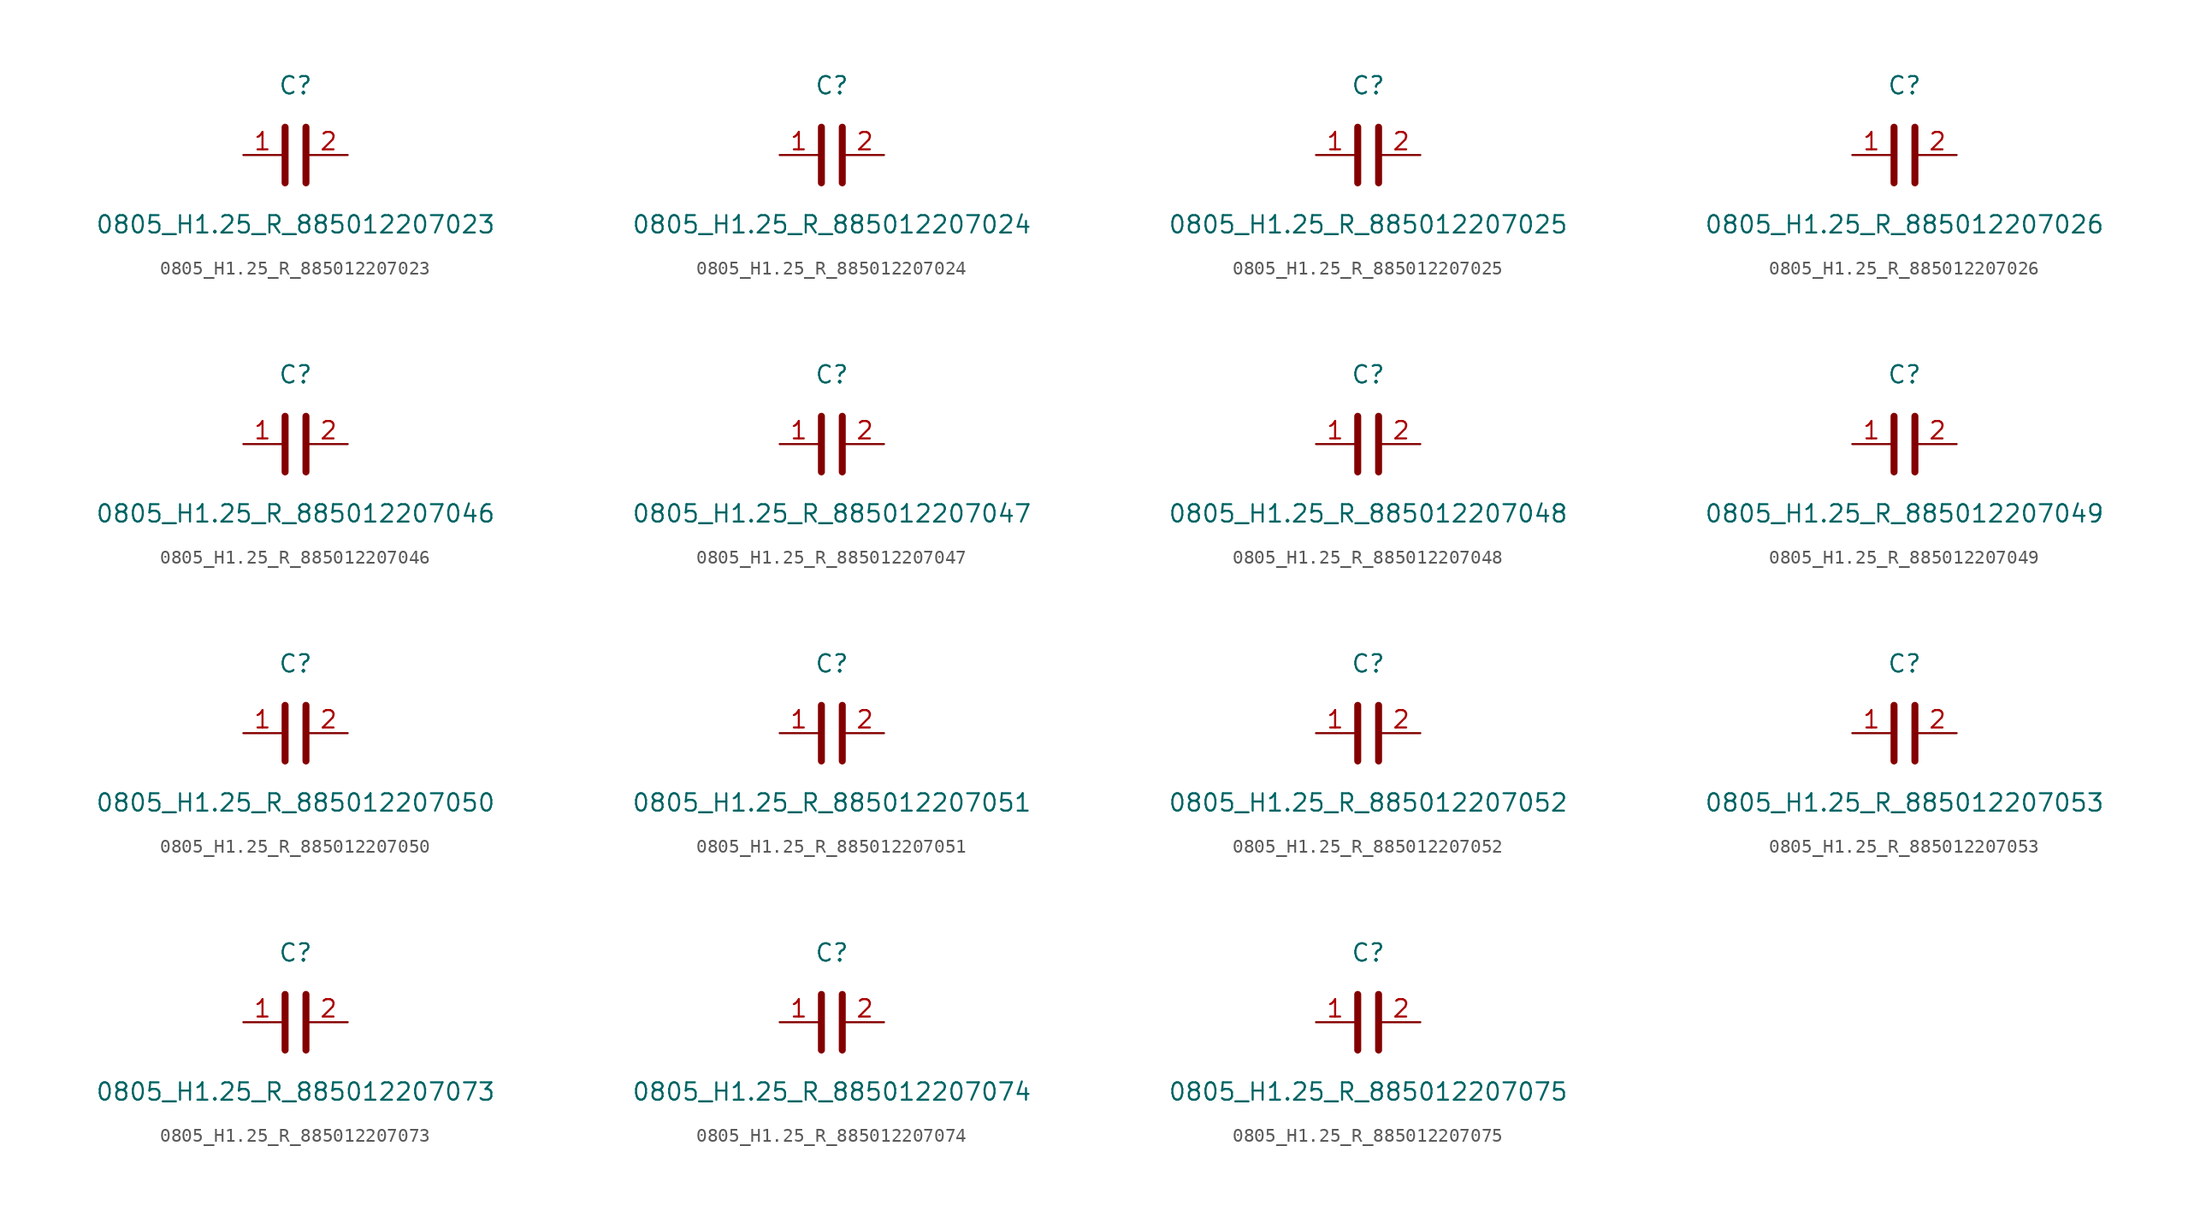
<source format=kicad_sym>
(kicad_symbol_lib
  (version 20220914)
  (generator kicad_symbol_editor)
  (symbol "0805_H1.25_R_885012207023"
    (pin_names hide)
    (property "Reference" "C"
      (at 0 5.08 0)
      (effects (font (size 1.27 1.27))))
    (property "Value" "0805_H1.25_R_885012207023"
      (at 0 -5.08 0)
      (effects (font (size 1.27 1.27))))
    (symbol "0805_H1.25_R_885012207023_0_1"
      (polyline (pts (xy -0.762 -2.032) (xy -0.762 2.032)) (stroke (width 0.508) (type default)) (fill (type none)))
      (polyline (pts (xy 0.762 -2.032) (xy 0.762 2.032)) (stroke (width 0.508) (type default)) (fill (type none))))
    (symbol "0805_H1.25_R_885012207023_1_1"
      (pin passive line (at -3.81 0 0) (length 2.794) (name "1" (effects (font (size 1.27 1.27)))) (number "1" (effects (font (size 1.27 1.27)))))
      (pin passive line (at 3.81 0 180) (length 2.794) (name "2" (effects (font (size 1.27 1.27)))) (number "2" (effects (font (size 1.27 1.27)))))))
  (symbol "0805_H1.25_R_885012207024"
    (pin_names hide)
    (property "Reference" "C"
      (at 0 5.08 0)
      (effects (font (size 1.27 1.27))))
    (property "Value" "0805_H1.25_R_885012207024"
      (at 0 -5.08 0)
      (effects (font (size 1.27 1.27))))
    (symbol "0805_H1.25_R_885012207024_0_1"
      (polyline (pts (xy -0.762 -2.032) (xy -0.762 2.032)) (stroke (width 0.508) (type default)) (fill (type none)))
      (polyline (pts (xy 0.762 -2.032) (xy 0.762 2.032)) (stroke (width 0.508) (type default)) (fill (type none))))
    (symbol "0805_H1.25_R_885012207024_1_1"
      (pin passive line (at -3.81 0 0) (length 2.794) (name "1" (effects (font (size 1.27 1.27)))) (number "1" (effects (font (size 1.27 1.27)))))
      (pin passive line (at 3.81 0 180) (length 2.794) (name "2" (effects (font (size 1.27 1.27)))) (number "2" (effects (font (size 1.27 1.27)))))))
  (symbol "0805_H1.25_R_885012207025"
    (pin_names hide)
    (property "Reference" "C"
      (at 0 5.08 0)
      (effects (font (size 1.27 1.27))))
    (property "Value" "0805_H1.25_R_885012207025"
      (at 0 -5.08 0)
      (effects (font (size 1.27 1.27))))
    (symbol "0805_H1.25_R_885012207025_0_1"
      (polyline (pts (xy -0.762 -2.032) (xy -0.762 2.032)) (stroke (width 0.508) (type default)) (fill (type none)))
      (polyline (pts (xy 0.762 -2.032) (xy 0.762 2.032)) (stroke (width 0.508) (type default)) (fill (type none))))
    (symbol "0805_H1.25_R_885012207025_1_1"
      (pin passive line (at -3.81 0 0) (length 2.794) (name "1" (effects (font (size 1.27 1.27)))) (number "1" (effects (font (size 1.27 1.27)))))
      (pin passive line (at 3.81 0 180) (length 2.794) (name "2" (effects (font (size 1.27 1.27)))) (number "2" (effects (font (size 1.27 1.27)))))))
  (symbol "0805_H1.25_R_885012207026"
    (pin_names hide)
    (property "Reference" "C"
      (at 0 5.08 0)
      (effects (font (size 1.27 1.27))))
    (property "Value" "0805_H1.25_R_885012207026"
      (at 0 -5.08 0)
      (effects (font (size 1.27 1.27))))
    (symbol "0805_H1.25_R_885012207026_0_1"
      (polyline (pts (xy -0.762 -2.032) (xy -0.762 2.032)) (stroke (width 0.508) (type default)) (fill (type none)))
      (polyline (pts (xy 0.762 -2.032) (xy 0.762 2.032)) (stroke (width 0.508) (type default)) (fill (type none))))
    (symbol "0805_H1.25_R_885012207026_1_1"
      (pin passive line (at -3.81 0 0) (length 2.794) (name "1" (effects (font (size 1.27 1.27)))) (number "1" (effects (font (size 1.27 1.27)))))
      (pin passive line (at 3.81 0 180) (length 2.794) (name "2" (effects (font (size 1.27 1.27)))) (number "2" (effects (font (size 1.27 1.27)))))))
  (symbol "0805_H1.25_R_885012207046"
    (pin_names hide)
    (property "Reference" "C"
      (at 0 5.08 0)
      (effects (font (size 1.27 1.27))))
    (property "Value" "0805_H1.25_R_885012207046"
      (at 0 -5.08 0)
      (effects (font (size 1.27 1.27))))
    (symbol "0805_H1.25_R_885012207046_0_1"
      (polyline (pts (xy -0.762 -2.032) (xy -0.762 2.032)) (stroke (width 0.508) (type default)) (fill (type none)))
      (polyline (pts (xy 0.762 -2.032) (xy 0.762 2.032)) (stroke (width 0.508) (type default)) (fill (type none))))
    (symbol "0805_H1.25_R_885012207046_1_1"
      (pin passive line (at -3.81 0 0) (length 2.794) (name "1" (effects (font (size 1.27 1.27)))) (number "1" (effects (font (size 1.27 1.27)))))
      (pin passive line (at 3.81 0 180) (length 2.794) (name "2" (effects (font (size 1.27 1.27)))) (number "2" (effects (font (size 1.27 1.27)))))))
  (symbol "0805_H1.25_R_885012207047"
    (pin_names hide)
    (property "Reference" "C"
      (at 0 5.08 0)
      (effects (font (size 1.27 1.27))))
    (property "Value" "0805_H1.25_R_885012207047"
      (at 0 -5.08 0)
      (effects (font (size 1.27 1.27))))
    (symbol "0805_H1.25_R_885012207047_0_1"
      (polyline (pts (xy -0.762 -2.032) (xy -0.762 2.032)) (stroke (width 0.508) (type default)) (fill (type none)))
      (polyline (pts (xy 0.762 -2.032) (xy 0.762 2.032)) (stroke (width 0.508) (type default)) (fill (type none))))
    (symbol "0805_H1.25_R_885012207047_1_1"
      (pin passive line (at -3.81 0 0) (length 2.794) (name "1" (effects (font (size 1.27 1.27)))) (number "1" (effects (font (size 1.27 1.27)))))
      (pin passive line (at 3.81 0 180) (length 2.794) (name "2" (effects (font (size 1.27 1.27)))) (number "2" (effects (font (size 1.27 1.27)))))))
  (symbol "0805_H1.25_R_885012207048"
    (pin_names hide)
    (property "Reference" "C"
      (at 0 5.08 0)
      (effects (font (size 1.27 1.27))))
    (property "Value" "0805_H1.25_R_885012207048"
      (at 0 -5.08 0)
      (effects (font (size 1.27 1.27))))
    (symbol "0805_H1.25_R_885012207048_0_1"
      (polyline (pts (xy -0.762 -2.032) (xy -0.762 2.032)) (stroke (width 0.508) (type default)) (fill (type none)))
      (polyline (pts (xy 0.762 -2.032) (xy 0.762 2.032)) (stroke (width 0.508) (type default)) (fill (type none))))
    (symbol "0805_H1.25_R_885012207048_1_1"
      (pin passive line (at -3.81 0 0) (length 2.794) (name "1" (effects (font (size 1.27 1.27)))) (number "1" (effects (font (size 1.27 1.27)))))
      (pin passive line (at 3.81 0 180) (length 2.794) (name "2" (effects (font (size 1.27 1.27)))) (number "2" (effects (font (size 1.27 1.27)))))))
  (symbol "0805_H1.25_R_885012207049"
    (pin_names hide)
    (property "Reference" "C"
      (at 0 5.08 0)
      (effects (font (size 1.27 1.27))))
    (property "Value" "0805_H1.25_R_885012207049"
      (at 0 -5.08 0)
      (effects (font (size 1.27 1.27))))
    (symbol "0805_H1.25_R_885012207049_0_1"
      (polyline (pts (xy -0.762 -2.032) (xy -0.762 2.032)) (stroke (width 0.508) (type default)) (fill (type none)))
      (polyline (pts (xy 0.762 -2.032) (xy 0.762 2.032)) (stroke (width 0.508) (type default)) (fill (type none))))
    (symbol "0805_H1.25_R_885012207049_1_1"
      (pin passive line (at -3.81 0 0) (length 2.794) (name "1" (effects (font (size 1.27 1.27)))) (number "1" (effects (font (size 1.27 1.27)))))
      (pin passive line (at 3.81 0 180) (length 2.794) (name "2" (effects (font (size 1.27 1.27)))) (number "2" (effects (font (size 1.27 1.27)))))))
  (symbol "0805_H1.25_R_885012207050"
    (pin_names hide)
    (property "Reference" "C"
      (at 0 5.08 0)
      (effects (font (size 1.27 1.27))))
    (property "Value" "0805_H1.25_R_885012207050"
      (at 0 -5.08 0)
      (effects (font (size 1.27 1.27))))
    (symbol "0805_H1.25_R_885012207050_0_1"
      (polyline (pts (xy -0.762 -2.032) (xy -0.762 2.032)) (stroke (width 0.508) (type default)) (fill (type none)))
      (polyline (pts (xy 0.762 -2.032) (xy 0.762 2.032)) (stroke (width 0.508) (type default)) (fill (type none))))
    (symbol "0805_H1.25_R_885012207050_1_1"
      (pin passive line (at -3.81 0 0) (length 2.794) (name "1" (effects (font (size 1.27 1.27)))) (number "1" (effects (font (size 1.27 1.27)))))
      (pin passive line (at 3.81 0 180) (length 2.794) (name "2" (effects (font (size 1.27 1.27)))) (number "2" (effects (font (size 1.27 1.27)))))))
  (symbol "0805_H1.25_R_885012207051"
    (pin_names hide)
    (property "Reference" "C"
      (at 0 5.08 0)
      (effects (font (size 1.27 1.27))))
    (property "Value" "0805_H1.25_R_885012207051"
      (at 0 -5.08 0)
      (effects (font (size 1.27 1.27))))
    (symbol "0805_H1.25_R_885012207051_0_1"
      (polyline (pts (xy -0.762 -2.032) (xy -0.762 2.032)) (stroke (width 0.508) (type default)) (fill (type none)))
      (polyline (pts (xy 0.762 -2.032) (xy 0.762 2.032)) (stroke (width 0.508) (type default)) (fill (type none))))
    (symbol "0805_H1.25_R_885012207051_1_1"
      (pin passive line (at -3.81 0 0) (length 2.794) (name "1" (effects (font (size 1.27 1.27)))) (number "1" (effects (font (size 1.27 1.27)))))
      (pin passive line (at 3.81 0 180) (length 2.794) (name "2" (effects (font (size 1.27 1.27)))) (number "2" (effects (font (size 1.27 1.27)))))))
  (symbol "0805_H1.25_R_885012207052"
    (pin_names hide)
    (property "Reference" "C"
      (at 0 5.08 0)
      (effects (font (size 1.27 1.27))))
    (property "Value" "0805_H1.25_R_885012207052"
      (at 0 -5.08 0)
      (effects (font (size 1.27 1.27))))
    (symbol "0805_H1.25_R_885012207052_0_1"
      (polyline (pts (xy -0.762 -2.032) (xy -0.762 2.032)) (stroke (width 0.508) (type default)) (fill (type none)))
      (polyline (pts (xy 0.762 -2.032) (xy 0.762 2.032)) (stroke (width 0.508) (type default)) (fill (type none))))
    (symbol "0805_H1.25_R_885012207052_1_1"
      (pin passive line (at -3.81 0 0) (length 2.794) (name "1" (effects (font (size 1.27 1.27)))) (number "1" (effects (font (size 1.27 1.27)))))
      (pin passive line (at 3.81 0 180) (length 2.794) (name "2" (effects (font (size 1.27 1.27)))) (number "2" (effects (font (size 1.27 1.27)))))))
  (symbol "0805_H1.25_R_885012207053"
    (pin_names hide)
    (property "Reference" "C"
      (at 0 5.08 0)
      (effects (font (size 1.27 1.27))))
    (property "Value" "0805_H1.25_R_885012207053"
      (at 0 -5.08 0)
      (effects (font (size 1.27 1.27))))
    (symbol "0805_H1.25_R_885012207053_0_1"
      (polyline (pts (xy -0.762 -2.032) (xy -0.762 2.032)) (stroke (width 0.508) (type default)) (fill (type none)))
      (polyline (pts (xy 0.762 -2.032) (xy 0.762 2.032)) (stroke (width 0.508) (type default)) (fill (type none))))
    (symbol "0805_H1.25_R_885012207053_1_1"
      (pin passive line (at -3.81 0 0) (length 2.794) (name "1" (effects (font (size 1.27 1.27)))) (number "1" (effects (font (size 1.27 1.27)))))
      (pin passive line (at 3.81 0 180) (length 2.794) (name "2" (effects (font (size 1.27 1.27)))) (number "2" (effects (font (size 1.27 1.27)))))))
  (symbol "0805_H1.25_R_885012207073"
    (pin_names hide)
    (property "Reference" "C"
      (at 0 5.08 0)
      (effects (font (size 1.27 1.27))))
    (property "Value" "0805_H1.25_R_885012207073"
      (at 0 -5.08 0)
      (effects (font (size 1.27 1.27))))
    (symbol "0805_H1.25_R_885012207073_0_1"
      (polyline (pts (xy -0.762 -2.032) (xy -0.762 2.032)) (stroke (width 0.508) (type default)) (fill (type none)))
      (polyline (pts (xy 0.762 -2.032) (xy 0.762 2.032)) (stroke (width 0.508) (type default)) (fill (type none))))
    (symbol "0805_H1.25_R_885012207073_1_1"
      (pin passive line (at -3.81 0 0) (length 2.794) (name "1" (effects (font (size 1.27 1.27)))) (number "1" (effects (font (size 1.27 1.27)))))
      (pin passive line (at 3.81 0 180) (length 2.794) (name "2" (effects (font (size 1.27 1.27)))) (number "2" (effects (font (size 1.27 1.27)))))))
  (symbol "0805_H1.25_R_885012207074"
    (pin_names hide)
    (property "Reference" "C"
      (at 0 5.08 0)
      (effects (font (size 1.27 1.27))))
    (property "Value" "0805_H1.25_R_885012207074"
      (at 0 -5.08 0)
      (effects (font (size 1.27 1.27))))
    (symbol "0805_H1.25_R_885012207074_0_1"
      (polyline (pts (xy -0.762 -2.032) (xy -0.762 2.032)) (stroke (width 0.508) (type default)) (fill (type none)))
      (polyline (pts (xy 0.762 -2.032) (xy 0.762 2.032)) (stroke (width 0.508) (type default)) (fill (type none))))
    (symbol "0805_H1.25_R_885012207074_1_1"
      (pin passive line (at -3.81 0 0) (length 2.794) (name "1" (effects (font (size 1.27 1.27)))) (number "1" (effects (font (size 1.27 1.27)))))
      (pin passive line (at 3.81 0 180) (length 2.794) (name "2" (effects (font (size 1.27 1.27)))) (number "2" (effects (font (size 1.27 1.27)))))))
  (symbol "0805_H1.25_R_885012207075"
    (pin_names hide)
    (property "Reference" "C"
      (at 0 5.08 0)
      (effects (font (size 1.27 1.27))))
    (property "Value" "0805_H1.25_R_885012207075"
      (at 0 -5.08 0)
      (effects (font (size 1.27 1.27))))
    (symbol "0805_H1.25_R_885012207075_0_1"
      (polyline (pts (xy -0.762 -2.032) (xy -0.762 2.032)) (stroke (width 0.508) (type default)) (fill (type none)))
      (polyline (pts (xy 0.762 -2.032) (xy 0.762 2.032)) (stroke (width 0.508) (type default)) (fill (type none))))
    (symbol "0805_H1.25_R_885012207075_1_1"
      (pin passive line (at -3.81 0 0) (length 2.794) (name "1" (effects (font (size 1.27 1.27)))) (number "1" (effects (font (size 1.27 1.27)))))
      (pin passive line (at 3.81 0 180) (length 2.794) (name "2" (effects (font (size 1.27 1.27)))) (number "2" (effects (font (size 1.27 1.27))))))))
</source>
